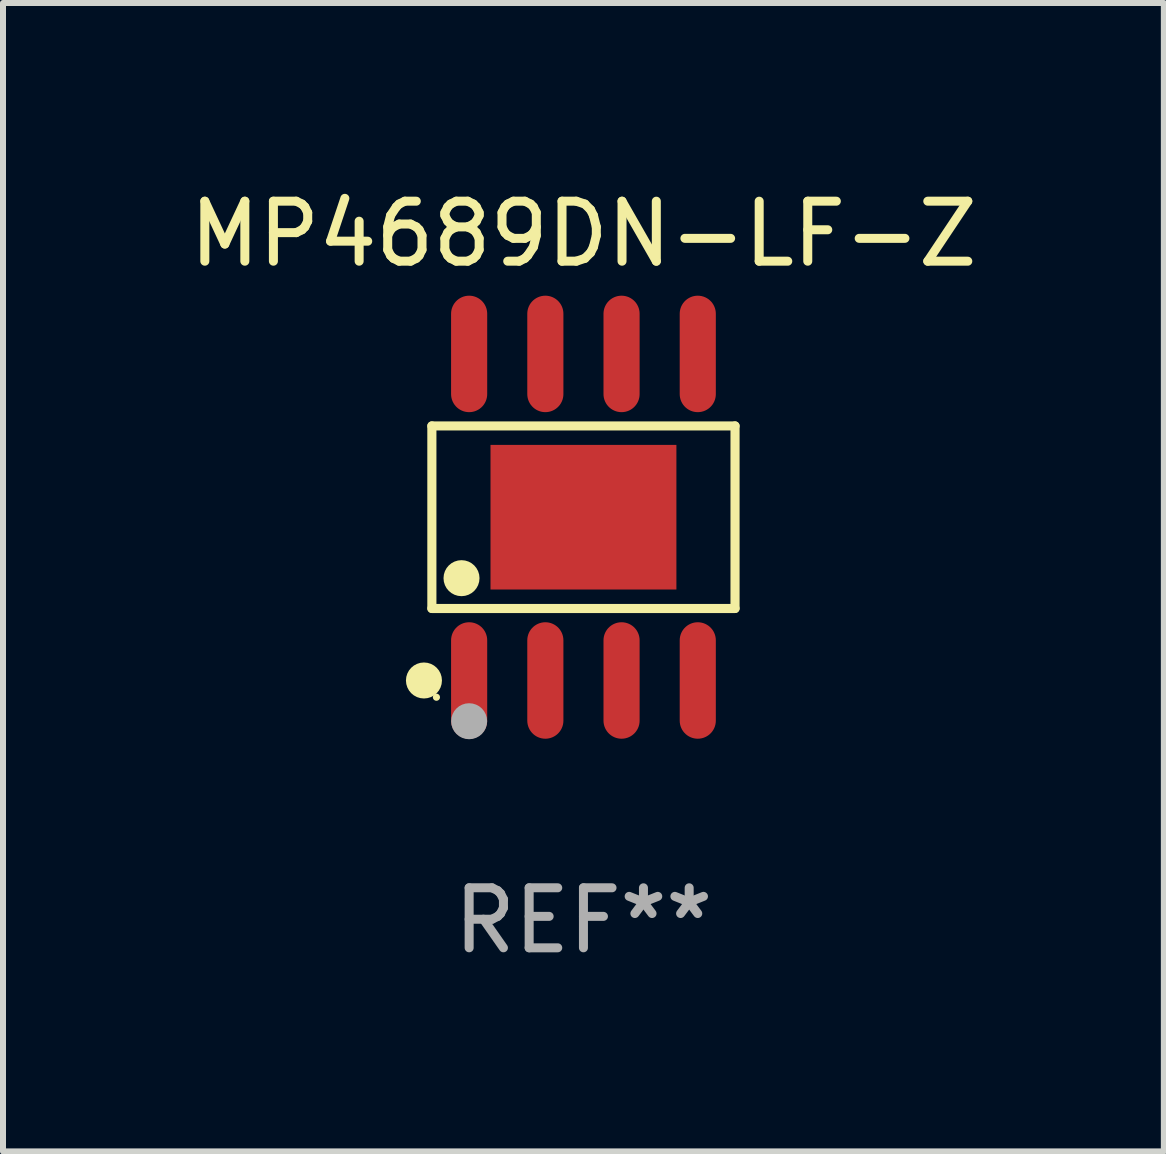
<source format=kicad_pcb>
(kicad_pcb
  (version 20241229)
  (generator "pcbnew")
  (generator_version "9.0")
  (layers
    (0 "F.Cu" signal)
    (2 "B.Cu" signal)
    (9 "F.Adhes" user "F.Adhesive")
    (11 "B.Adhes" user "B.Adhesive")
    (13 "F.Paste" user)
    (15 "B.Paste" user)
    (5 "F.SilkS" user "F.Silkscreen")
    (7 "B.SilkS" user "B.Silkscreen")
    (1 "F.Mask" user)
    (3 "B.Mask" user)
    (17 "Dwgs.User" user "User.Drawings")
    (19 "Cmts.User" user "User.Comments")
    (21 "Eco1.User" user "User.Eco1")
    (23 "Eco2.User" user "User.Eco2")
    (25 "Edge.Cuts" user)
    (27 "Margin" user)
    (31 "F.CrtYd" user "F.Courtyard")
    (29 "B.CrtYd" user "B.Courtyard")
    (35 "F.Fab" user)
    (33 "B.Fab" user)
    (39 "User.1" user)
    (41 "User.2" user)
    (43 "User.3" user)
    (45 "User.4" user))
  (footprint "MP4689DN-LF-Z"
    (layer "F.Cu")
    (at 6.673 5.569)
    (property "Reference" "MP4689DN-LF-Z" (at 0 -4.721 0) (layer "F.SilkS") (effects (font (size 1 1) (thickness 0.15))))
    (attr through_hole)
    (fp_line (start -2.526 -1.521) (end 2.526 -1.521) (stroke (width 0.152) (type solid)) (layer "F.SilkS"))
    (fp_line (start -2.526 1.521) (end -2.526 -1.521) (stroke (width 0.152) (type solid)) (layer "F.SilkS"))
    (fp_line (start 2.526 -1.521) (end 2.526 1.521) (stroke (width 0.152) (type solid)) (layer "F.SilkS"))
    (fp_line (start 2.526 1.521) (end -2.526 1.521) (stroke (width 0.152) (type solid)) (layer "F.SilkS"))
    (fp_circle (center -2.658 2.721) (end -2.508 2.721) (stroke (width 0.3) (type solid)) (fill no) (layer "F.SilkS"))
    (fp_circle (center -2.45 3) (end -2.42 3) (stroke (width 0.06) (type solid)) (fill no) (layer "F.SilkS"))
    (fp_circle (center -2.032 1.016) (end -1.882 1.016) (stroke (width 0.3) (type solid)) (fill no) (layer "F.SilkS"))
    (fp_circle (center -1.905 3.4) (end -1.755 3.4) (stroke (width 0.3) (type solid)) (fill no) (layer "F.Fab"))
    (fp_text user "REF**" (at 0 6.721 0) (layer "F.Fab") (effects (font (size 1 1) (thickness 0.15))))
    (pad "1" smd oval (at -1.905 2.721) (size 0.602 1.941) (layers "F.Cu" "F.Mask" "F.Paste"))
    (pad "2" smd oval (at -0.635 2.721) (size 0.602 1.941) (layers "F.Cu" "F.Mask" "F.Paste"))
    (pad "3" smd oval (at 0.635 2.721) (size 0.602 1.941) (layers "F.Cu" "F.Mask" "F.Paste"))
    (pad "4" smd oval (at 1.905 2.721) (size 0.602 1.941) (layers "F.Cu" "F.Mask" "F.Paste"))
    (pad "5" smd oval (at 1.905 -2.721) (size 0.602 1.941) (layers "F.Cu" "F.Mask" "F.Paste"))
    (pad "6" smd oval (at 0.635 -2.721) (size 0.602 1.941) (layers "F.Cu" "F.Mask" "F.Paste"))
    (pad "7" smd oval (at -0.635 -2.721) (size 0.602 1.941) (layers "F.Cu" "F.Mask" "F.Paste"))
    (pad "8" smd oval (at -1.905 -2.721) (size 0.602 1.941) (layers "F.Cu" "F.Mask" "F.Paste"))
    (pad "9" smd rect (at 0 0) (size 3.098 2.41) (layers "F.Cu" "F.Mask" "F.Paste")))
  (gr_rect
    (start -3 -3)
    (end 16.345 16.138)
    (stroke (width 0.1) (type default))
    (fill no)
    (layer "Edge.Cuts")))
</source>
